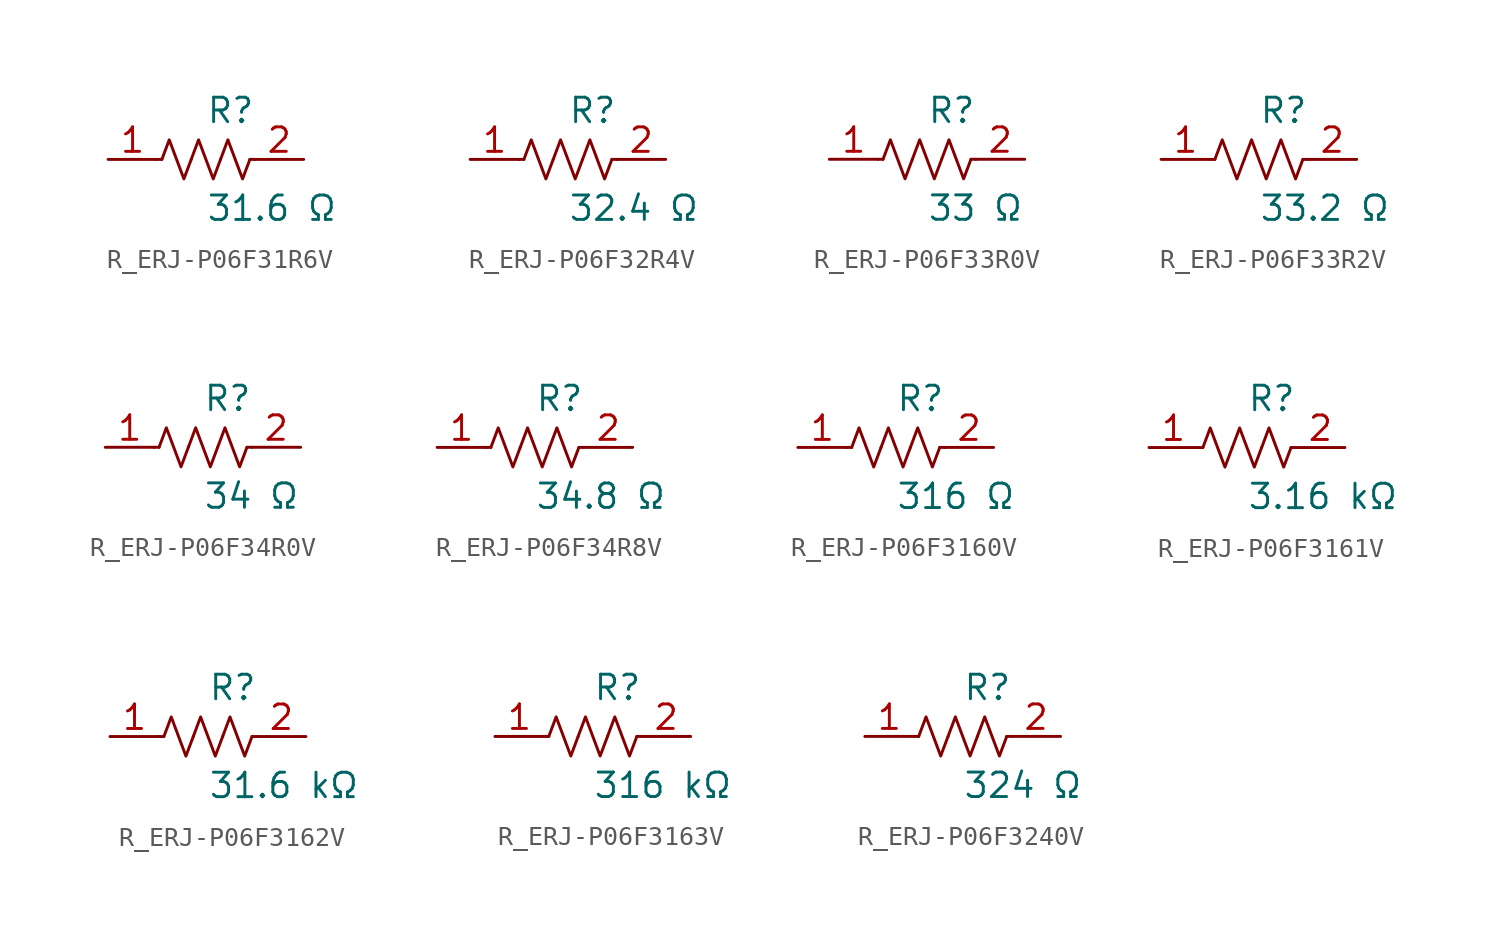
<source format=kicad_sym>
(kicad_symbol_lib
  (version 20231120)
  (generator kicad_symbol_editor)
  (generator_version 8.0)
  (symbol "R_ERJ-P06F31R6V"
    (pin_names
      (offset 0.254))
    (property "Reference" "R"
      (at 0.0 2.54 0)
      (effects (font (size 1.27 1.27)) (justify left)))
    (property "Value" "31.6 Ω"
      (at 0.0 -2.54 0)
      (effects (font (size 1.27 1.27)) (justify left)))
    (symbol "R_ERJ-P06F31R6V_0_1"
      (polyline (pts (xy 2.286 0) (xy 2.54 0)) (stroke (width 0) (type default)) (fill (type none)))
      (polyline (pts (xy -2.286 0) (xy -2.54 0)) (stroke (width 0) (type default)) (fill (type none)))
      (polyline (pts (xy 0.762 0) (xy 1.143 1.016) (xy 1.524 0) (xy 1.905 -1.016) (xy 2.286 0)) (stroke (width 0) (type default)) (fill (type none)))
      (polyline (pts (xy -0.762 0) (xy -0.381 1.016) (xy 0 0) (xy 0.381 -1.016) (xy 0.762 0)) (stroke (width 0) (type default)) (fill (type none)))
      (polyline (pts (xy -2.286 0) (xy -1.905 1.016) (xy -1.524 0) (xy -1.143 -1.016) (xy -0.762 0)) (stroke (width 0) (type default)) (fill (type none))))
    (pin unspecified line
      (at -5.08 0 0)
      (length 2.54)
      (name "" (effects (font (size 1.27 1.27))))
      (number "1" (effects (font (size 1.27 1.27)))))
    (pin unspecified line
      (at 5.08 0 180)
      (length 2.54)
      (name "" (effects (font (size 1.27 1.27))))
      (number "2" (effects (font (size 1.27 1.27))))))
  (symbol "R_ERJ-P06F32R4V"
    (pin_names
      (offset 0.254))
    (property "Reference" "R"
      (at 0.0 2.54 0)
      (effects (font (size 1.27 1.27)) (justify left)))
    (property "Value" "32.4 Ω"
      (at 0.0 -2.54 0)
      (effects (font (size 1.27 1.27)) (justify left)))
    (symbol "R_ERJ-P06F32R4V_0_1"
      (polyline (pts (xy 2.286 0) (xy 2.54 0)) (stroke (width 0) (type default)) (fill (type none)))
      (polyline (pts (xy -2.286 0) (xy -2.54 0)) (stroke (width 0) (type default)) (fill (type none)))
      (polyline (pts (xy 0.762 0) (xy 1.143 1.016) (xy 1.524 0) (xy 1.905 -1.016) (xy 2.286 0)) (stroke (width 0) (type default)) (fill (type none)))
      (polyline (pts (xy -0.762 0) (xy -0.381 1.016) (xy 0 0) (xy 0.381 -1.016) (xy 0.762 0)) (stroke (width 0) (type default)) (fill (type none)))
      (polyline (pts (xy -2.286 0) (xy -1.905 1.016) (xy -1.524 0) (xy -1.143 -1.016) (xy -0.762 0)) (stroke (width 0) (type default)) (fill (type none))))
    (pin unspecified line
      (at -5.08 0 0)
      (length 2.54)
      (name "" (effects (font (size 1.27 1.27))))
      (number "1" (effects (font (size 1.27 1.27)))))
    (pin unspecified line
      (at 5.08 0 180)
      (length 2.54)
      (name "" (effects (font (size 1.27 1.27))))
      (number "2" (effects (font (size 1.27 1.27))))))
  (symbol "R_ERJ-P06F33R0V"
    (pin_names
      (offset 0.254))
    (property "Reference" "R"
      (at 0.0 2.54 0)
      (effects (font (size 1.27 1.27)) (justify left)))
    (property "Value" "33 Ω"
      (at 0.0 -2.54 0)
      (effects (font (size 1.27 1.27)) (justify left)))
    (symbol "R_ERJ-P06F33R0V_0_1"
      (polyline (pts (xy 2.286 0) (xy 2.54 0)) (stroke (width 0) (type default)) (fill (type none)))
      (polyline (pts (xy -2.286 0) (xy -2.54 0)) (stroke (width 0) (type default)) (fill (type none)))
      (polyline (pts (xy 0.762 0) (xy 1.143 1.016) (xy 1.524 0) (xy 1.905 -1.016) (xy 2.286 0)) (stroke (width 0) (type default)) (fill (type none)))
      (polyline (pts (xy -0.762 0) (xy -0.381 1.016) (xy 0 0) (xy 0.381 -1.016) (xy 0.762 0)) (stroke (width 0) (type default)) (fill (type none)))
      (polyline (pts (xy -2.286 0) (xy -1.905 1.016) (xy -1.524 0) (xy -1.143 -1.016) (xy -0.762 0)) (stroke (width 0) (type default)) (fill (type none))))
    (pin unspecified line
      (at -5.08 0 0)
      (length 2.54)
      (name "" (effects (font (size 1.27 1.27))))
      (number "1" (effects (font (size 1.27 1.27)))))
    (pin unspecified line
      (at 5.08 0 180)
      (length 2.54)
      (name "" (effects (font (size 1.27 1.27))))
      (number "2" (effects (font (size 1.27 1.27))))))
  (symbol "R_ERJ-P06F33R2V"
    (pin_names
      (offset 0.254))
    (property "Reference" "R"
      (at 0.0 2.54 0)
      (effects (font (size 1.27 1.27)) (justify left)))
    (property "Value" "33.2 Ω"
      (at 0.0 -2.54 0)
      (effects (font (size 1.27 1.27)) (justify left)))
    (symbol "R_ERJ-P06F33R2V_0_1"
      (polyline (pts (xy 2.286 0) (xy 2.54 0)) (stroke (width 0) (type default)) (fill (type none)))
      (polyline (pts (xy -2.286 0) (xy -2.54 0)) (stroke (width 0) (type default)) (fill (type none)))
      (polyline (pts (xy 0.762 0) (xy 1.143 1.016) (xy 1.524 0) (xy 1.905 -1.016) (xy 2.286 0)) (stroke (width 0) (type default)) (fill (type none)))
      (polyline (pts (xy -0.762 0) (xy -0.381 1.016) (xy 0 0) (xy 0.381 -1.016) (xy 0.762 0)) (stroke (width 0) (type default)) (fill (type none)))
      (polyline (pts (xy -2.286 0) (xy -1.905 1.016) (xy -1.524 0) (xy -1.143 -1.016) (xy -0.762 0)) (stroke (width 0) (type default)) (fill (type none))))
    (pin unspecified line
      (at -5.08 0 0)
      (length 2.54)
      (name "" (effects (font (size 1.27 1.27))))
      (number "1" (effects (font (size 1.27 1.27)))))
    (pin unspecified line
      (at 5.08 0 180)
      (length 2.54)
      (name "" (effects (font (size 1.27 1.27))))
      (number "2" (effects (font (size 1.27 1.27))))))
  (symbol "R_ERJ-P06F34R0V"
    (pin_names
      (offset 0.254))
    (property "Reference" "R"
      (at 0.0 2.54 0)
      (effects (font (size 1.27 1.27)) (justify left)))
    (property "Value" "34 Ω"
      (at 0.0 -2.54 0)
      (effects (font (size 1.27 1.27)) (justify left)))
    (symbol "R_ERJ-P06F34R0V_0_1"
      (polyline (pts (xy 2.286 0) (xy 2.54 0)) (stroke (width 0) (type default)) (fill (type none)))
      (polyline (pts (xy -2.286 0) (xy -2.54 0)) (stroke (width 0) (type default)) (fill (type none)))
      (polyline (pts (xy 0.762 0) (xy 1.143 1.016) (xy 1.524 0) (xy 1.905 -1.016) (xy 2.286 0)) (stroke (width 0) (type default)) (fill (type none)))
      (polyline (pts (xy -0.762 0) (xy -0.381 1.016) (xy 0 0) (xy 0.381 -1.016) (xy 0.762 0)) (stroke (width 0) (type default)) (fill (type none)))
      (polyline (pts (xy -2.286 0) (xy -1.905 1.016) (xy -1.524 0) (xy -1.143 -1.016) (xy -0.762 0)) (stroke (width 0) (type default)) (fill (type none))))
    (pin unspecified line
      (at -5.08 0 0)
      (length 2.54)
      (name "" (effects (font (size 1.27 1.27))))
      (number "1" (effects (font (size 1.27 1.27)))))
    (pin unspecified line
      (at 5.08 0 180)
      (length 2.54)
      (name "" (effects (font (size 1.27 1.27))))
      (number "2" (effects (font (size 1.27 1.27))))))
  (symbol "R_ERJ-P06F34R8V"
    (pin_names
      (offset 0.254))
    (property "Reference" "R"
      (at 0.0 2.54 0)
      (effects (font (size 1.27 1.27)) (justify left)))
    (property "Value" "34.8 Ω"
      (at 0.0 -2.54 0)
      (effects (font (size 1.27 1.27)) (justify left)))
    (symbol "R_ERJ-P06F34R8V_0_1"
      (polyline (pts (xy 2.286 0) (xy 2.54 0)) (stroke (width 0) (type default)) (fill (type none)))
      (polyline (pts (xy -2.286 0) (xy -2.54 0)) (stroke (width 0) (type default)) (fill (type none)))
      (polyline (pts (xy 0.762 0) (xy 1.143 1.016) (xy 1.524 0) (xy 1.905 -1.016) (xy 2.286 0)) (stroke (width 0) (type default)) (fill (type none)))
      (polyline (pts (xy -0.762 0) (xy -0.381 1.016) (xy 0 0) (xy 0.381 -1.016) (xy 0.762 0)) (stroke (width 0) (type default)) (fill (type none)))
      (polyline (pts (xy -2.286 0) (xy -1.905 1.016) (xy -1.524 0) (xy -1.143 -1.016) (xy -0.762 0)) (stroke (width 0) (type default)) (fill (type none))))
    (pin unspecified line
      (at -5.08 0 0)
      (length 2.54)
      (name "" (effects (font (size 1.27 1.27))))
      (number "1" (effects (font (size 1.27 1.27)))))
    (pin unspecified line
      (at 5.08 0 180)
      (length 2.54)
      (name "" (effects (font (size 1.27 1.27))))
      (number "2" (effects (font (size 1.27 1.27))))))
  (symbol "R_ERJ-P06F3160V"
    (pin_names
      (offset 0.254))
    (property "Reference" "R"
      (at 0.0 2.54 0)
      (effects (font (size 1.27 1.27)) (justify left)))
    (property "Value" "316 Ω"
      (at 0.0 -2.54 0)
      (effects (font (size 1.27 1.27)) (justify left)))
    (symbol "R_ERJ-P06F3160V_0_1"
      (polyline (pts (xy 2.286 0) (xy 2.54 0)) (stroke (width 0) (type default)) (fill (type none)))
      (polyline (pts (xy -2.286 0) (xy -2.54 0)) (stroke (width 0) (type default)) (fill (type none)))
      (polyline (pts (xy 0.762 0) (xy 1.143 1.016) (xy 1.524 0) (xy 1.905 -1.016) (xy 2.286 0)) (stroke (width 0) (type default)) (fill (type none)))
      (polyline (pts (xy -0.762 0) (xy -0.381 1.016) (xy 0 0) (xy 0.381 -1.016) (xy 0.762 0)) (stroke (width 0) (type default)) (fill (type none)))
      (polyline (pts (xy -2.286 0) (xy -1.905 1.016) (xy -1.524 0) (xy -1.143 -1.016) (xy -0.762 0)) (stroke (width 0) (type default)) (fill (type none))))
    (pin unspecified line
      (at -5.08 0 0)
      (length 2.54)
      (name "" (effects (font (size 1.27 1.27))))
      (number "1" (effects (font (size 1.27 1.27)))))
    (pin unspecified line
      (at 5.08 0 180)
      (length 2.54)
      (name "" (effects (font (size 1.27 1.27))))
      (number "2" (effects (font (size 1.27 1.27))))))
  (symbol "R_ERJ-P06F3161V"
    (pin_names
      (offset 0.254))
    (property "Reference" "R"
      (at 0.0 2.54 0)
      (effects (font (size 1.27 1.27)) (justify left)))
    (property "Value" "3.16 kΩ"
      (at 0.0 -2.54 0)
      (effects (font (size 1.27 1.27)) (justify left)))
    (symbol "R_ERJ-P06F3161V_0_1"
      (polyline (pts (xy 2.286 0) (xy 2.54 0)) (stroke (width 0) (type default)) (fill (type none)))
      (polyline (pts (xy -2.286 0) (xy -2.54 0)) (stroke (width 0) (type default)) (fill (type none)))
      (polyline (pts (xy 0.762 0) (xy 1.143 1.016) (xy 1.524 0) (xy 1.905 -1.016) (xy 2.286 0)) (stroke (width 0) (type default)) (fill (type none)))
      (polyline (pts (xy -0.762 0) (xy -0.381 1.016) (xy 0 0) (xy 0.381 -1.016) (xy 0.762 0)) (stroke (width 0) (type default)) (fill (type none)))
      (polyline (pts (xy -2.286 0) (xy -1.905 1.016) (xy -1.524 0) (xy -1.143 -1.016) (xy -0.762 0)) (stroke (width 0) (type default)) (fill (type none))))
    (pin unspecified line
      (at -5.08 0 0)
      (length 2.54)
      (name "" (effects (font (size 1.27 1.27))))
      (number "1" (effects (font (size 1.27 1.27)))))
    (pin unspecified line
      (at 5.08 0 180)
      (length 2.54)
      (name "" (effects (font (size 1.27 1.27))))
      (number "2" (effects (font (size 1.27 1.27))))))
  (symbol "R_ERJ-P06F3162V"
    (pin_names
      (offset 0.254))
    (property "Reference" "R"
      (at 0.0 2.54 0)
      (effects (font (size 1.27 1.27)) (justify left)))
    (property "Value" "31.6 kΩ"
      (at 0.0 -2.54 0)
      (effects (font (size 1.27 1.27)) (justify left)))
    (symbol "R_ERJ-P06F3162V_0_1"
      (polyline (pts (xy 2.286 0) (xy 2.54 0)) (stroke (width 0) (type default)) (fill (type none)))
      (polyline (pts (xy -2.286 0) (xy -2.54 0)) (stroke (width 0) (type default)) (fill (type none)))
      (polyline (pts (xy 0.762 0) (xy 1.143 1.016) (xy 1.524 0) (xy 1.905 -1.016) (xy 2.286 0)) (stroke (width 0) (type default)) (fill (type none)))
      (polyline (pts (xy -0.762 0) (xy -0.381 1.016) (xy 0 0) (xy 0.381 -1.016) (xy 0.762 0)) (stroke (width 0) (type default)) (fill (type none)))
      (polyline (pts (xy -2.286 0) (xy -1.905 1.016) (xy -1.524 0) (xy -1.143 -1.016) (xy -0.762 0)) (stroke (width 0) (type default)) (fill (type none))))
    (pin unspecified line
      (at -5.08 0 0)
      (length 2.54)
      (name "" (effects (font (size 1.27 1.27))))
      (number "1" (effects (font (size 1.27 1.27)))))
    (pin unspecified line
      (at 5.08 0 180)
      (length 2.54)
      (name "" (effects (font (size 1.27 1.27))))
      (number "2" (effects (font (size 1.27 1.27))))))
  (symbol "R_ERJ-P06F3163V"
    (pin_names
      (offset 0.254))
    (property "Reference" "R"
      (at 0.0 2.54 0)
      (effects (font (size 1.27 1.27)) (justify left)))
    (property "Value" "316 kΩ"
      (at 0.0 -2.54 0)
      (effects (font (size 1.27 1.27)) (justify left)))
    (symbol "R_ERJ-P06F3163V_0_1"
      (polyline (pts (xy 2.286 0) (xy 2.54 0)) (stroke (width 0) (type default)) (fill (type none)))
      (polyline (pts (xy -2.286 0) (xy -2.54 0)) (stroke (width 0) (type default)) (fill (type none)))
      (polyline (pts (xy 0.762 0) (xy 1.143 1.016) (xy 1.524 0) (xy 1.905 -1.016) (xy 2.286 0)) (stroke (width 0) (type default)) (fill (type none)))
      (polyline (pts (xy -0.762 0) (xy -0.381 1.016) (xy 0 0) (xy 0.381 -1.016) (xy 0.762 0)) (stroke (width 0) (type default)) (fill (type none)))
      (polyline (pts (xy -2.286 0) (xy -1.905 1.016) (xy -1.524 0) (xy -1.143 -1.016) (xy -0.762 0)) (stroke (width 0) (type default)) (fill (type none))))
    (pin unspecified line
      (at -5.08 0 0)
      (length 2.54)
      (name "" (effects (font (size 1.27 1.27))))
      (number "1" (effects (font (size 1.27 1.27)))))
    (pin unspecified line
      (at 5.08 0 180)
      (length 2.54)
      (name "" (effects (font (size 1.27 1.27))))
      (number "2" (effects (font (size 1.27 1.27))))))
  (symbol "R_ERJ-P06F3240V"
    (pin_names
      (offset 0.254))
    (property "Reference" "R"
      (at 0.0 2.54 0)
      (effects (font (size 1.27 1.27)) (justify left)))
    (property "Value" "324 Ω"
      (at 0.0 -2.54 0)
      (effects (font (size 1.27 1.27)) (justify left)))
    (symbol "R_ERJ-P06F3240V_0_1"
      (polyline (pts (xy 2.286 0) (xy 2.54 0)) (stroke (width 0) (type default)) (fill (type none)))
      (polyline (pts (xy -2.286 0) (xy -2.54 0)) (stroke (width 0) (type default)) (fill (type none)))
      (polyline (pts (xy 0.762 0) (xy 1.143 1.016) (xy 1.524 0) (xy 1.905 -1.016) (xy 2.286 0)) (stroke (width 0) (type default)) (fill (type none)))
      (polyline (pts (xy -0.762 0) (xy -0.381 1.016) (xy 0 0) (xy 0.381 -1.016) (xy 0.762 0)) (stroke (width 0) (type default)) (fill (type none)))
      (polyline (pts (xy -2.286 0) (xy -1.905 1.016) (xy -1.524 0) (xy -1.143 -1.016) (xy -0.762 0)) (stroke (width 0) (type default)) (fill (type none))))
    (pin unspecified line
      (at -5.08 0 0)
      (length 2.54)
      (name "" (effects (font (size 1.27 1.27))))
      (number "1" (effects (font (size 1.27 1.27)))))
    (pin unspecified line
      (at 5.08 0 180)
      (length 2.54)
      (name "" (effects (font (size 1.27 1.27))))
      (number "2" (effects (font (size 1.27 1.27)))))))
</source>
